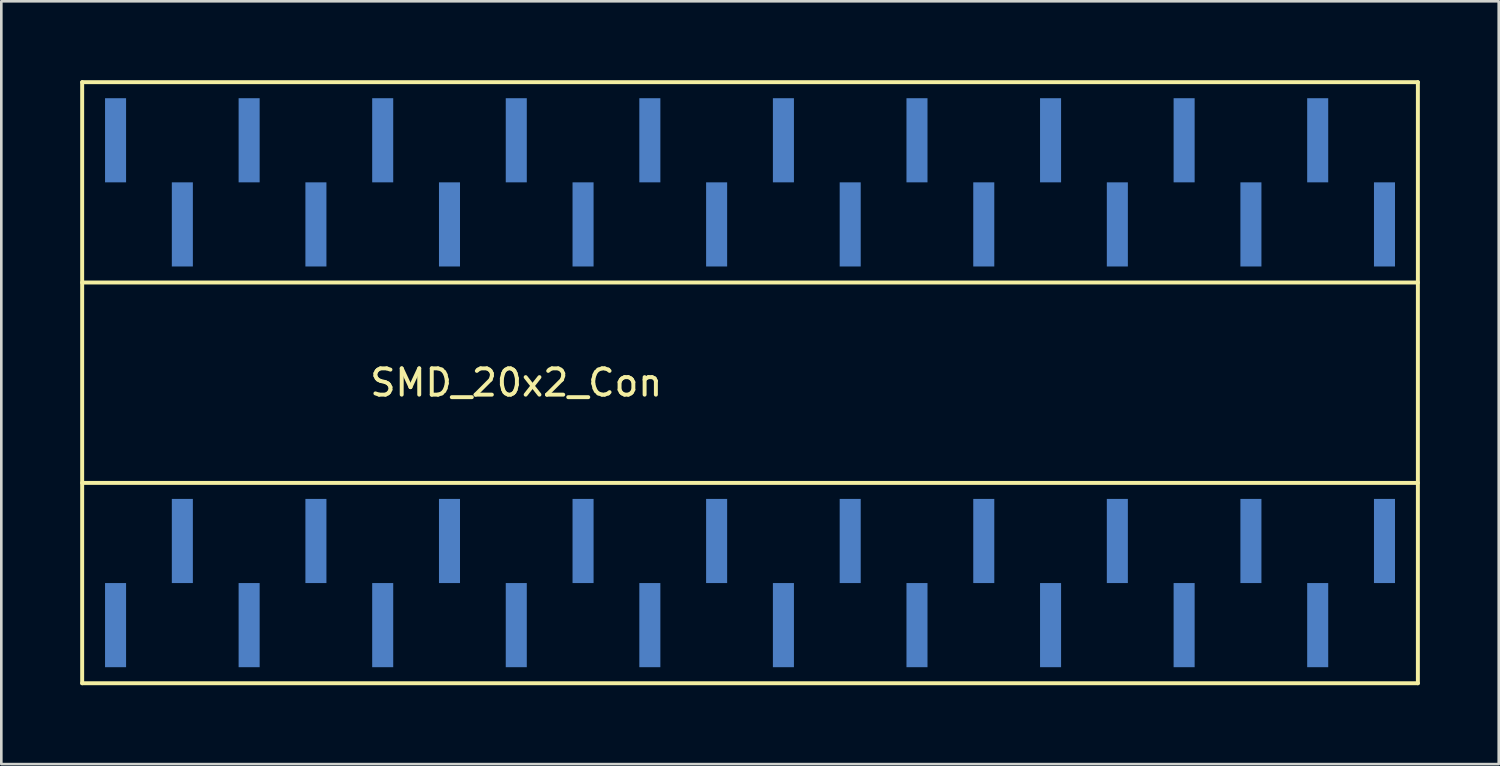
<source format=kicad_pcb>
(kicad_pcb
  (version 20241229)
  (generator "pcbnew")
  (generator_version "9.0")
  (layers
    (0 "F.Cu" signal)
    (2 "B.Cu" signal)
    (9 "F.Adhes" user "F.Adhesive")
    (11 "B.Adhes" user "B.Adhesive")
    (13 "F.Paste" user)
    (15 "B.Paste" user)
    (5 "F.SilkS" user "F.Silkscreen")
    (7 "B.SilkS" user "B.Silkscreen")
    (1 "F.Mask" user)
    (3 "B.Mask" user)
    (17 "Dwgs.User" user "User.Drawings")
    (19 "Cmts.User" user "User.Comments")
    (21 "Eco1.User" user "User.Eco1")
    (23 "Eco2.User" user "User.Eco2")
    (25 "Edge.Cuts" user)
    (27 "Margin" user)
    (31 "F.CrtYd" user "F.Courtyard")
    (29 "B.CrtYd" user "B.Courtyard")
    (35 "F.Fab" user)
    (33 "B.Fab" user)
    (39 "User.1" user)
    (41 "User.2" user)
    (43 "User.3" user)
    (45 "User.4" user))
  (footprint "SMD_20x2_Con"
    (layer "F.Cu")
    (at 25.475 11.505)
    (property "Reference" "SMD_20x2_Con" (at -8.89 0 0) (layer "F.SilkS") (effects (font (size 1 1) (thickness 0.15))))
    (attr through_hole)
    (fp_line (start -25.4 -3.81) (end 25.4 -3.81) (stroke (width 0.15) (type solid)) (layer "F.SilkS"))
    (fp_line (start -25.4 11.43) (end -25.4 -11.43) (stroke (width 0.15) (type solid)) (layer "F.SilkS"))
    (fp_line (start 25.4 -11.43) (end -25.4 -11.43) (stroke (width 0.15) (type solid)) (layer "F.SilkS"))
    (fp_line (start 25.4 -11.43) (end 25.4 11.43) (stroke (width 0.15) (type solid)) (layer "F.SilkS"))
    (fp_line (start 25.4 3.81) (end -25.4 3.81) (stroke (width 0.15) (type solid)) (layer "F.SilkS"))
    (fp_line (start 25.4 11.43) (end -25.4 11.43) (stroke (width 0.15) (type solid)) (layer "F.SilkS"))
    (pad "1" smd rect (at -24.13 9.22 180) (size 0.8 3.2) (layers "F.Mask" "B.Cu" "F.Paste"))
    (pad "2" smd rect (at -21.59 6.02 180) (size 0.8 3.2) (layers "F.Mask" "B.Cu" "F.Paste"))
    (pad "3" smd rect (at -19.05 9.22 180) (size 0.8 3.2) (layers "F.Mask" "B.Cu" "F.Paste"))
    (pad "4" smd rect (at -16.51 6.02 180) (size 0.8 3.2) (layers "F.Mask" "B.Cu" "F.Paste"))
    (pad "5" smd rect (at -13.97 9.22 180) (size 0.8 3.2) (layers "F.Mask" "B.Cu" "F.Paste"))
    (pad "6" smd rect (at -11.43 6.02 180) (size 0.8 3.2) (layers "F.Mask" "B.Cu" "F.Paste"))
    (pad "7" smd rect (at -8.89 9.22 180) (size 0.8 3.2) (layers "F.Mask" "B.Cu" "F.Paste"))
    (pad "8" smd rect (at -6.35 6.02 180) (size 0.8 3.2) (layers "F.Mask" "B.Cu" "F.Paste"))
    (pad "9" smd rect (at -3.81 9.22 180) (size 0.8 3.2) (layers "F.Mask" "B.Cu" "F.Paste"))
    (pad "10" smd rect (at -1.27 6.02 180) (size 0.8 3.2) (layers "F.Mask" "B.Cu" "F.Paste"))
    (pad "11" smd rect (at 1.27 9.22 180) (size 0.8 3.2) (layers "F.Mask" "B.Cu" "F.Paste"))
    (pad "12" smd rect (at 3.81 6.02 180) (size 0.8 3.2) (layers "F.Mask" "B.Cu" "F.Paste"))
    (pad "13" smd rect (at 6.35 9.22 180) (size 0.8 3.2) (layers "F.Mask" "B.Cu" "F.Paste"))
    (pad "14" smd rect (at 8.89 6.02 180) (size 0.8 3.2) (layers "F.Mask" "B.Cu" "F.Paste"))
    (pad "15" smd rect (at 11.43 9.22 180) (size 0.8 3.2) (layers "F.Mask" "B.Cu" "F.Paste"))
    (pad "16" smd rect (at 13.97 6.02 180) (size 0.8 3.2) (layers "F.Mask" "B.Cu" "F.Paste"))
    (pad "17" smd rect (at 16.51 9.22 180) (size 0.8 3.2) (layers "F.Mask" "B.Cu" "F.Paste"))
    (pad "18" smd rect (at 19.05 6.02 180) (size 0.8 3.2) (layers "F.Mask" "B.Cu" "F.Paste"))
    (pad "19" smd rect (at 21.59 9.22 180) (size 0.8 3.2) (layers "F.Mask" "B.Cu" "F.Paste"))
    (pad "20" smd rect (at 24.13 6.02 180) (size 0.8 3.2) (layers "F.Mask" "B.Cu" "F.Paste"))
    (pad "21" smd rect (at 24.13 -6.02) (size 0.8 3.2) (layers "F.Mask" "B.Cu" "F.Paste"))
    (pad "22" smd rect (at 21.59 -9.22) (size 0.8 3.2) (layers "F.Mask" "B.Cu" "F.Paste"))
    (pad "23" smd rect (at 19.05 -6.02) (size 0.8 3.2) (layers "F.Mask" "B.Cu" "F.Paste"))
    (pad "24" smd rect (at 16.51 -9.22) (size 0.8 3.2) (layers "F.Mask" "B.Cu" "F.Paste"))
    (pad "25" smd rect (at 13.97 -6.02) (size 0.8 3.2) (layers "F.Mask" "B.Cu" "F.Paste"))
    (pad "26" smd rect (at 11.43 -9.22) (size 0.8 3.2) (layers "F.Mask" "B.Cu" "F.Paste"))
    (pad "27" smd rect (at 8.89 -6.02) (size 0.8 3.2) (layers "F.Mask" "B.Cu" "F.Paste"))
    (pad "28" smd rect (at 6.35 -9.22) (size 0.8 3.2) (layers "F.Mask" "B.Cu" "F.Paste"))
    (pad "29" smd rect (at 3.81 -6.02) (size 0.8 3.2) (layers "F.Mask" "B.Cu" "F.Paste"))
    (pad "30" smd rect (at 1.27 -9.22) (size 0.8 3.2) (layers "F.Mask" "B.Cu" "F.Paste"))
    (pad "31" smd rect (at -1.27 -6.02) (size 0.8 3.2) (layers "F.Mask" "B.Cu" "F.Paste"))
    (pad "32" smd rect (at -3.81 -9.22) (size 0.8 3.2) (layers "F.Mask" "B.Cu" "F.Paste"))
    (pad "33" smd rect (at -6.35 -6.02) (size 0.8 3.2) (layers "F.Mask" "B.Cu" "F.Paste"))
    (pad "34" smd rect (at -8.89 -9.22) (size 0.8 3.2) (layers "F.Mask" "B.Cu" "F.Paste"))
    (pad "35" smd rect (at -11.43 -6.02) (size 0.8 3.2) (layers "F.Mask" "B.Cu" "F.Paste"))
    (pad "36" smd rect (at -13.97 -9.22) (size 0.8 3.2) (layers "F.Mask" "B.Cu" "F.Paste"))
    (pad "37" smd rect (at -16.51 -6.02) (size 0.8 3.2) (layers "F.Mask" "B.Cu" "F.Paste"))
    (pad "38" smd rect (at -19.05 -9.22) (size 0.8 3.2) (layers "F.Mask" "B.Cu" "F.Paste"))
    (pad "39" smd rect (at -21.59 -6.02) (size 0.8 3.2) (layers "F.Mask" "B.Cu" "F.Paste"))
    (pad "40" smd rect (at -24.13 -9.22) (size 0.8 3.2) (layers "F.Mask" "B.Cu" "F.Paste")))
  (gr_rect
    (start -3 -3)
    (end 53.95 26.01)
    (stroke (width 0.1) (type default))
    (fill no)
    (layer "Edge.Cuts")))
</source>
